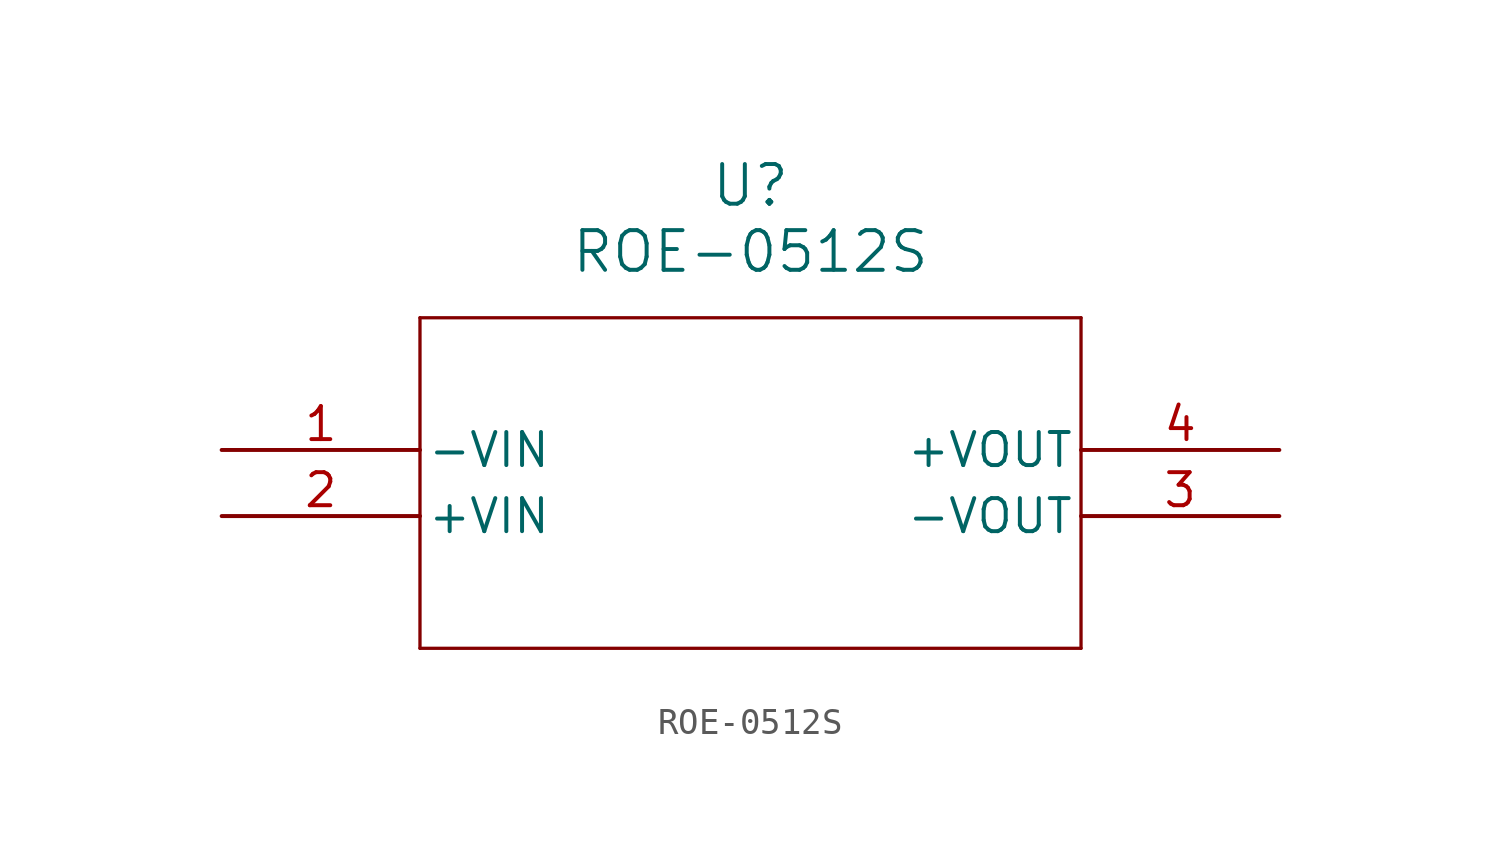
<source format=kicad_sym>
(kicad_symbol_lib
  (version 20211014)
  (generator kicad_symbol_editor)
  (symbol "ROE-0512S"
    (pin_names
      (offset 0.254))
    (property "Reference" "U"
      (at 20.32 10.16 0)
      (effects (font (size 1.524 1.524))))
    (property "Value" "ROE-0512S"
      (at 20.32 7.62 0)
      (effects (font (size 1.524 1.524))))
    (symbol "ROE-0512S_0_1"
      (polyline (pts (xy 7.62 5.08) (xy 7.62 -7.62)) (stroke (width 0.127) (type default) (color 0 0 0 0)) (fill (type none)))
      (polyline (pts (xy 7.62 -7.62) (xy 33.02 -7.62)) (stroke (width 0.127) (type default) (color 0 0 0 0)) (fill (type none)))
      (polyline (pts (xy 33.02 -7.62) (xy 33.02 5.08)) (stroke (width 0.127) (type default) (color 0 0 0 0)) (fill (type none)))
      (polyline (pts (xy 33.02 5.08) (xy 7.62 5.08)) (stroke (width 0.127) (type default) (color 0 0 0 0)) (fill (type none)))
      (pin power_in line (at 0 0 0) (length 7.62) (name "-VIN" (effects (font (size 1.27 1.27)))) (number "1" (effects (font (size 1.27 1.27)))))
      (pin power_in line (at 0 -2.54 0) (length 7.62) (name "+VIN" (effects (font (size 1.27 1.27)))) (number "2" (effects (font (size 1.27 1.27)))))
      (pin output line (at 40.64 -2.54 180) (length 7.62) (name "-VOUT" (effects (font (size 1.27 1.27)))) (number "3" (effects (font (size 1.27 1.27)))))
      (pin output line (at 40.64 0 180) (length 7.62) (name "+VOUT" (effects (font (size 1.27 1.27)))) (number "4" (effects (font (size 1.27 1.27))))))))
</source>
